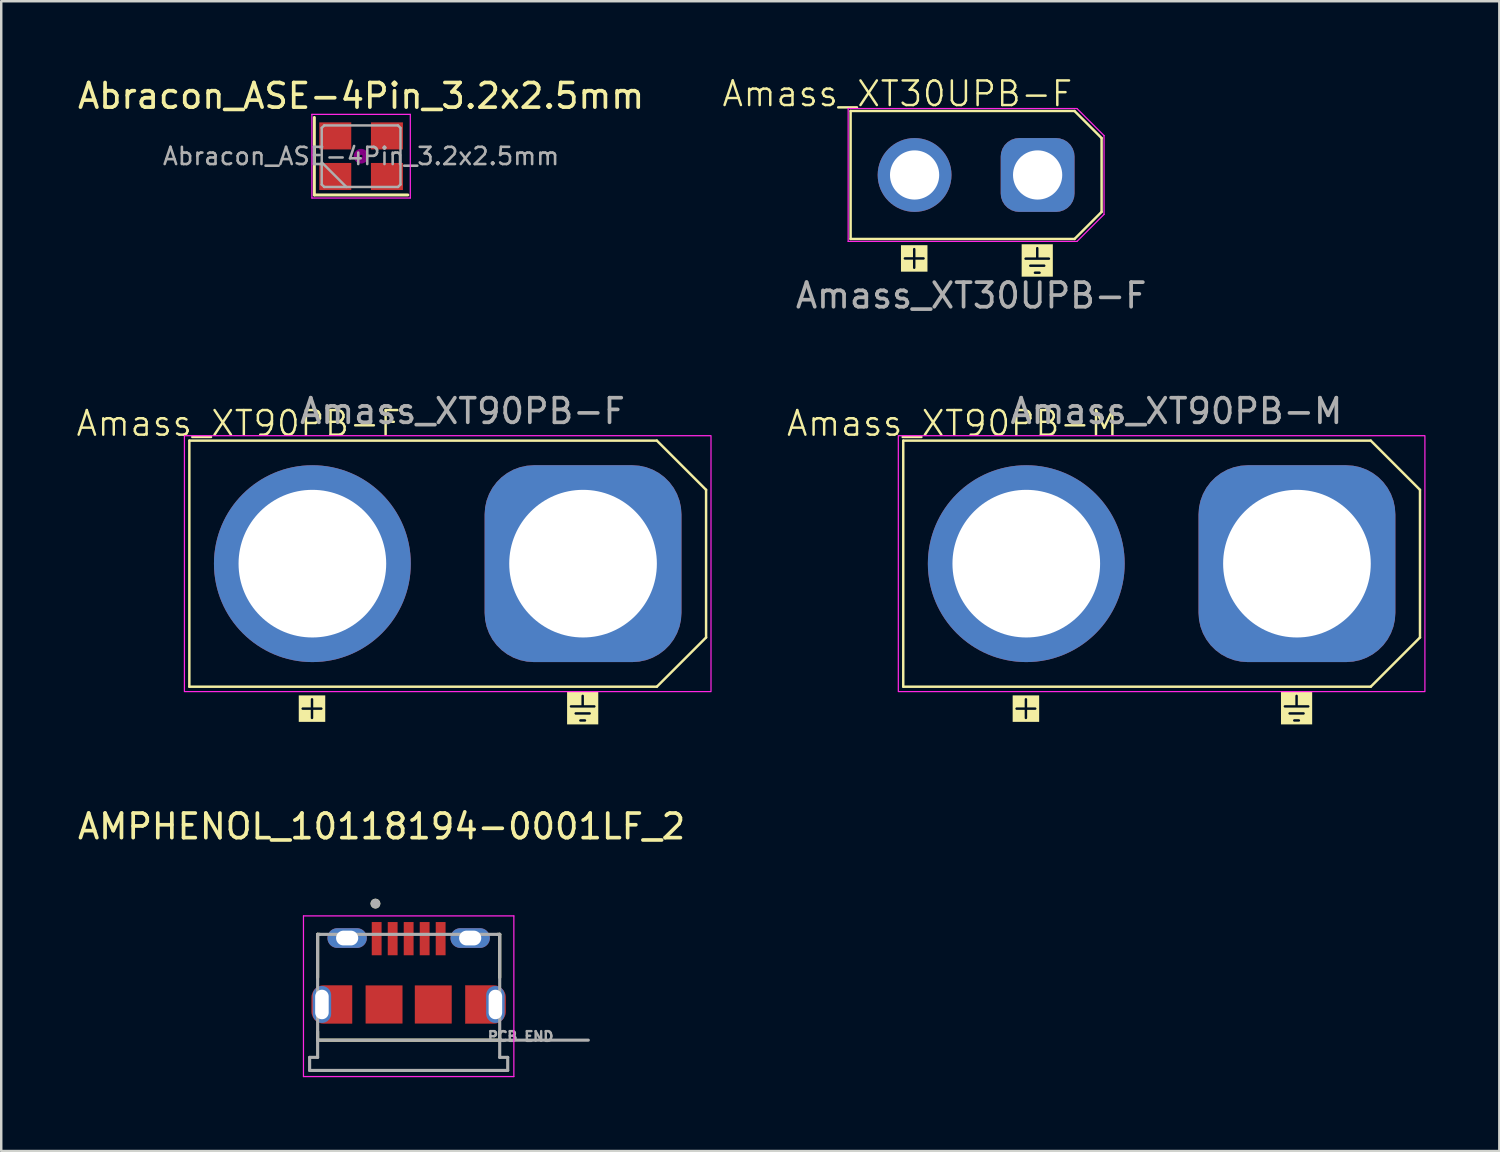
<source format=kicad_pcb>
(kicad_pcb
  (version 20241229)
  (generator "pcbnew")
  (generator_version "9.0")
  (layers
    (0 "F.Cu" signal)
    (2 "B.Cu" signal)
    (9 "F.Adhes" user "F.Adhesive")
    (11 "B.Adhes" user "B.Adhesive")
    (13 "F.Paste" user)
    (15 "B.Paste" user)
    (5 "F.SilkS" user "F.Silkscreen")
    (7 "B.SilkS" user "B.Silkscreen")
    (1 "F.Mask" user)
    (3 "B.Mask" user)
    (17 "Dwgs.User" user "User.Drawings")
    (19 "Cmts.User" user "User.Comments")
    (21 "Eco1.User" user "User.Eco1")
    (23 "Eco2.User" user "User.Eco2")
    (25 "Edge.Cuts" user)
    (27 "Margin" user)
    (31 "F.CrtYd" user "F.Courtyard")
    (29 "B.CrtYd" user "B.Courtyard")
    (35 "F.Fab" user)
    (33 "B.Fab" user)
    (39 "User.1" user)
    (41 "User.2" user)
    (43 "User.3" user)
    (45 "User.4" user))
  (footprint "Amass_XT90PB-F"
    (layer "F.Cu")
    (at 9.645 19.857)
    (property "Reference" "Amass_XT90PB-F" (at -3 -5.7 0) (unlocked yes) (layer "F.SilkS") (effects (font (size 1 1) (thickness 0.1))))
    (attr through_hole)
    (fp_line (start -5 -5) (end -5 5) (stroke (width 0.1) (type default)) (layer "F.SilkS"))
    (fp_line (start -5 -5) (end 14 -5) (stroke (width 0.1) (type default)) (layer "F.SilkS"))
    (fp_line (start -5 5) (end 14 5) (stroke (width 0.1) (type default)) (layer "F.SilkS"))
    (fp_line (start 16 -3) (end 14 -5) (stroke (width 0.1) (type default)) (layer "F.SilkS"))
    (fp_line (start 16 3) (end 14 5) (stroke (width 0.1) (type default)) (layer "F.SilkS"))
    (fp_line (start 16 3) (end 16 -3) (stroke (width 0.1) (type default)) (layer "F.SilkS"))
    (fp_rect (start -5.2 -5.2) (end 16.2 5.2) (stroke (width 0.05) (type default)) (fill no) (layer "F.CrtYd"))
    (fp_text user "+" (at -0.7 6.4 0) (unlocked yes) (layer "F.SilkS" knockout) (effects (font (size 1 1) (thickness 0.1)) (justify left bottom)))
    (fp_text user "⏚" (at 10.3 6.5 0) (unlocked yes) (layer "F.SilkS" knockout) (effects (font (size 1 1) (thickness 0.1)) (justify left bottom)))
    (fp_text user "${REFERENCE}" (at 6.1 -6.2 0) (unlocked yes) (layer "F.Fab") (effects (font (size 1 1) (thickness 0.15))))
    (pad "1" thru_hole roundrect (at 11 0) (size 8 8) (drill 6) (layers "*.Cu" "*.Mask") (roundrect_rratio 0.25))
    (pad "2" thru_hole circle (at 0 0) (size 8 8) (drill 6) (layers "*.Cu" "*.Mask")))
  (footprint "Amass_XT30UPB-F"
    (layer "F.Cu")
    (at 34.119 4.061)
    (property "Reference" "Amass_XT30UPB-F" (at -0.7 -3.3 0) (unlocked yes) (layer "F.SilkS") (effects (font (size 1 1) (thickness 0.1))))
    (attr through_hole)
    (fp_line (start -2.6 -2.6) (end -2.6 2.6) (stroke (width 0.1) (type default)) (layer "F.SilkS"))
    (fp_line (start -2.6 -2.6) (end 6.5 -2.6) (stroke (width 0.1) (type default)) (layer "F.SilkS"))
    (fp_line (start -2.6 2.6) (end 6.5 2.6) (stroke (width 0.1) (type default)) (layer "F.SilkS"))
    (fp_line (start 7.6 -1.5) (end 6.5 -2.6) (stroke (width 0.1) (type default)) (layer "F.SilkS"))
    (fp_line (start 7.6 1.5) (end 6.5 2.6) (stroke (width 0.1) (type default)) (layer "F.SilkS"))
    (fp_line (start 7.6 1.5) (end 7.6 -1.5) (stroke (width 0.1) (type default)) (layer "F.SilkS"))
    (fp_line (start -2.7 -2.7) (end -2.7 2.7) (stroke (width 0.05) (type default)) (layer "F.CrtYd"))
    (fp_line (start -2.7 2.7) (end 6.5 2.7) (stroke (width 0.05) (type default)) (layer "F.CrtYd"))
    (fp_line (start 6.5 2.7) (end 6.6 2.7) (stroke (width 0.05) (type default)) (layer "F.CrtYd"))
    (fp_line (start 6.6 -2.7) (end -2.7 -2.7) (stroke (width 0.05) (type default)) (layer "F.CrtYd"))
    (fp_line (start 6.6 2.7) (end 7.7 1.6) (stroke (width 0.05) (type default)) (layer "F.CrtYd"))
    (fp_line (start 7.7 -1.6) (end 6.6 -2.7) (stroke (width 0.05) (type default)) (layer "F.CrtYd"))
    (fp_line (start 7.7 1.6) (end 7.7 -1.6) (stroke (width 0.05) (type default)) (layer "F.CrtYd"))
    (fp_text user "+" (at -0.7 3.9 0) (unlocked yes) (layer "F.SilkS" knockout) (effects (font (size 1 1) (thickness 0.1)) (justify left bottom)))
    (fp_text user "⏚" (at 4.3 4.1 0) (unlocked yes) (layer "F.SilkS" knockout) (effects (font (size 1 1) (thickness 0.1)) (justify left bottom)))
    (fp_text user "${REFERENCE}" (at 2.3 4.9 0) (unlocked yes) (layer "F.Fab") (effects (font (size 1 1) (thickness 0.15))))
    (pad "1" thru_hole roundrect (at 5 0) (size 3 3) (drill 2) (layers "*.Cu" "*.Mask") (roundrect_rratio 0.25))
    (pad "2" thru_hole circle (at 0 0) (size 3 3) (drill 2) (layers "*.Cu" "*.Mask")))
  (footprint "AMPHENOL_10118194-0001LF_2"
    (layer "F.Cu")
    (at 13.558 37.772)
    (property "Reference" "AMPHENOL_10118194-0001LF_2" (at -1.1 -7.235 0) (layer "F.SilkS") (effects (font (size 1 1) (thickness 0.15))))
    (attr smd)
    (fp_poly (pts (xy -2.3 -0.775) (xy -2.3 0.775) (xy -3.445 0.775) (xy -3.471 0.774) (xy -3.497 0.772) (xy -3.523 0.769) (xy -3.549 0.764) (xy -3.574 0.758) (xy -3.6 0.751) (xy -3.624 0.742) (xy -3.648 0.732) (xy -3.672 0.721) (xy -3.695 0.708) (xy -3.717 0.694) (xy -3.739 0.68) (xy -3.76 0.664) (xy -3.78 0.647) (xy -3.799 0.629) (xy -3.817 0.61) (xy -3.834 0.59) (xy -3.85 0.569) (xy -3.864 0.547) (xy -3.878 0.525) (xy -3.891 0.502) (xy -3.902 0.478) (xy -3.912 0.454) (xy -3.921 0.43) (xy -3.928 0.404) (xy -3.934 0.379) (xy -3.939 0.353) (xy -3.942 0.327) (xy -3.944 0.301) (xy -3.945 0.275) (xy -3.945 -0.275) (xy -3.944 -0.301) (xy -3.942 -0.327) (xy -3.939 -0.353) (xy -3.934 -0.379) (xy -3.928 -0.404) (xy -3.921 -0.43) (xy -3.912 -0.454) (xy -3.902 -0.478) (xy -3.891 -0.502) (xy -3.878 -0.525) (xy -3.864 -0.547) (xy -3.85 -0.569) (xy -3.834 -0.59) (xy -3.817 -0.61) (xy -3.799 -0.629) (xy -3.78 -0.647) (xy -3.76 -0.664) (xy -3.739 -0.68) (xy -3.717 -0.694) (xy -3.695 -0.708) (xy -3.672 -0.721) (xy -3.648 -0.732) (xy -3.624 -0.742) (xy -3.6 -0.751) (xy -3.574 -0.758) (xy -3.549 -0.764) (xy -3.523 -0.769) (xy -3.497 -0.772) (xy -3.471 -0.774) (xy -3.445 -0.775) (xy -2.3 -0.775)) (stroke (width 0.01) (type solid)) (fill yes) (layer "F.Cu"))
    (fp_poly (pts (xy 2.3 -0.775) (xy 2.3 0.775) (xy 3.445 0.775) (xy 3.471 0.774) (xy 3.497 0.772) (xy 3.523 0.769) (xy 3.549 0.764) (xy 3.574 0.758) (xy 3.6 0.751) (xy 3.624 0.742) (xy 3.648 0.732) (xy 3.672 0.721) (xy 3.695 0.708) (xy 3.717 0.694) (xy 3.739 0.68) (xy 3.76 0.664) (xy 3.78 0.647) (xy 3.799 0.629) (xy 3.817 0.61) (xy 3.834 0.59) (xy 3.85 0.569) (xy 3.864 0.547) (xy 3.878 0.525) (xy 3.891 0.502) (xy 3.902 0.478) (xy 3.912 0.454) (xy 3.921 0.43) (xy 3.928 0.404) (xy 3.934 0.379) (xy 3.939 0.353) (xy 3.942 0.327) (xy 3.944 0.301) (xy 3.945 0.275) (xy 3.945 -0.275) (xy 3.944 -0.301) (xy 3.942 -0.327) (xy 3.939 -0.353) (xy 3.934 -0.379) (xy 3.928 -0.404) (xy 3.921 -0.43) (xy 3.912 -0.454) (xy 3.902 -0.478) (xy 3.891 -0.502) (xy 3.878 -0.525) (xy 3.864 -0.547) (xy 3.85 -0.569) (xy 3.834 -0.59) (xy 3.817 -0.61) (xy 3.799 -0.629) (xy 3.78 -0.647) (xy 3.76 -0.664) (xy 3.739 -0.68) (xy 3.717 -0.694) (xy 3.695 -0.708) (xy 3.672 -0.721) (xy 3.648 -0.732) (xy 3.624 -0.742) (xy 3.6 -0.751) (xy 3.574 -0.758) (xy 3.549 -0.764) (xy 3.523 -0.769) (xy 3.497 -0.772) (xy 3.471 -0.774) (xy 3.445 -0.775) (xy 2.3 -0.775)) (stroke (width 0.01) (type solid)) (fill yes) (layer "F.Cu"))
    (fp_poly (pts (xy -2.2 0.875) (xy -3.545 0.875) (xy -3.571 0.874) (xy -3.597 0.872) (xy -3.623 0.869) (xy -3.649 0.864) (xy -3.674 0.858) (xy -3.7 0.851) (xy -3.724 0.842) (xy -3.748 0.832) (xy -3.772 0.821) (xy -3.795 0.808) (xy -3.817 0.794) (xy -3.839 0.78) (xy -3.86 0.764) (xy -3.88 0.747) (xy -3.899 0.729) (xy -3.917 0.71) (xy -3.934 0.69) (xy -3.95 0.669) (xy -3.964 0.647) (xy -3.978 0.625) (xy -3.991 0.602) (xy -4.002 0.578) (xy -4.012 0.554) (xy -4.021 0.53) (xy -4.028 0.504) (xy -4.034 0.479) (xy -4.039 0.453) (xy -4.042 0.427) (xy -4.044 0.401) (xy -4.045 0.375) (xy -4.045 -0.375) (xy -4.044 -0.401) (xy -4.042 -0.427) (xy -4.039 -0.453) (xy -4.034 -0.479) (xy -4.028 -0.504) (xy -4.021 -0.53) (xy -4.012 -0.554) (xy -4.002 -0.578) (xy -3.991 -0.602) (xy -3.978 -0.625) (xy -3.964 -0.647) (xy -3.95 -0.669) (xy -3.934 -0.69) (xy -3.917 -0.71) (xy -3.899 -0.729) (xy -3.88 -0.747) (xy -3.86 -0.764) (xy -3.839 -0.78) (xy -3.817 -0.794) (xy -3.795 -0.808) (xy -3.772 -0.821) (xy -3.748 -0.832) (xy -3.724 -0.842) (xy -3.7 -0.851) (xy -3.674 -0.858) (xy -3.649 -0.864) (xy -3.623 -0.869) (xy -3.597 -0.872) (xy -3.571 -0.874) (xy -3.545 -0.875) (xy -2.2 -0.875) (xy -2.2 0.875)) (stroke (width 0.01) (type solid)) (fill yes) (layer "F.Mask"))
    (fp_poly (pts (xy 2.2 -0.875) (xy 3.545 -0.875) (xy 3.571 -0.874) (xy 3.597 -0.872) (xy 3.623 -0.869) (xy 3.649 -0.864) (xy 3.674 -0.858) (xy 3.7 -0.851) (xy 3.724 -0.842) (xy 3.748 -0.832) (xy 3.772 -0.821) (xy 3.795 -0.808) (xy 3.817 -0.794) (xy 3.839 -0.78) (xy 3.86 -0.764) (xy 3.88 -0.747) (xy 3.899 -0.729) (xy 3.917 -0.71) (xy 3.934 -0.69) (xy 3.95 -0.669) (xy 3.964 -0.647) (xy 3.978 -0.625) (xy 3.991 -0.602) (xy 4.002 -0.578) (xy 4.012 -0.554) (xy 4.021 -0.53) (xy 4.028 -0.504) (xy 4.034 -0.479) (xy 4.039 -0.453) (xy 4.042 -0.427) (xy 4.044 -0.401) (xy 4.045 -0.375) (xy 4.045 0.375) (xy 4.044 0.401) (xy 4.042 0.427) (xy 4.039 0.453) (xy 4.034 0.479) (xy 4.028 0.504) (xy 4.021 0.53) (xy 4.012 0.554) (xy 4.002 0.578) (xy 3.991 0.602) (xy 3.978 0.625) (xy 3.964 0.647) (xy 3.95 0.669) (xy 3.934 0.69) (xy 3.917 0.71) (xy 3.899 0.729) (xy 3.88 0.747) (xy 3.86 0.764) (xy 3.839 0.78) (xy 3.817 0.794) (xy 3.795 0.808) (xy 3.772 0.821) (xy 3.748 0.832) (xy 3.724 0.842) (xy 3.7 0.851) (xy 3.674 0.858) (xy 3.649 0.864) (xy 3.623 0.869) (xy 3.597 0.872) (xy 3.571 0.874) (xy 3.545 0.875) (xy 2.2 0.875) (xy 2.2 -0.875)) (stroke (width 0.01) (type solid)) (fill yes) (layer "F.Mask"))
    (fp_line (start -3.7 -2.85) (end -3.7 -1.095) (stroke (width 0.127) (type solid)) (layer "F.SilkS"))
    (fp_line (start -3.7 -2.85) (end -3.62 -2.85) (stroke (width 0.127) (type solid)) (layer "F.SilkS"))
    (fp_line (start -3.7 1.45) (end -3.7 1.095) (stroke (width 0.127) (type solid)) (layer "F.SilkS"))
    (fp_line (start -3.7 1.45) (end 3.7 1.45) (stroke (width 0.127) (type solid)) (layer "F.SilkS"))
    (fp_line (start 3.62 -2.85) (end 3.7 -2.85) (stroke (width 0.127) (type solid)) (layer "F.SilkS"))
    (fp_line (start 3.7 -1.095) (end 3.7 -2.85) (stroke (width 0.127) (type solid)) (layer "F.SilkS"))
    (fp_line (start 3.7 1.45) (end 3.7 1.095) (stroke (width 0.127) (type solid)) (layer "F.SilkS"))
    (fp_circle (center -1.35 -4.1) (end -1.25 -4.1) (stroke (width 0.2) (type solid)) (fill no) (layer "F.SilkS"))
    (fp_poly (pts (xy -2.3 -0.775) (xy -2.3 0.775) (xy -3.445 0.775) (xy -3.471 0.774) (xy -3.497 0.772) (xy -3.523 0.769) (xy -3.549 0.764) (xy -3.574 0.758) (xy -3.6 0.751) (xy -3.624 0.742) (xy -3.648 0.732) (xy -3.672 0.721) (xy -3.695 0.708) (xy -3.717 0.694) (xy -3.739 0.68) (xy -3.76 0.664) (xy -3.78 0.647) (xy -3.799 0.629) (xy -3.817 0.61) (xy -3.834 0.59) (xy -3.85 0.569) (xy -3.864 0.547) (xy -3.878 0.525) (xy -3.891 0.502) (xy -3.902 0.478) (xy -3.912 0.454) (xy -3.921 0.43) (xy -3.928 0.404) (xy -3.934 0.379) (xy -3.939 0.353) (xy -3.942 0.327) (xy -3.944 0.301) (xy -3.945 0.275) (xy -3.945 -0.275) (xy -3.944 -0.301) (xy -3.942 -0.327) (xy -3.939 -0.353) (xy -3.934 -0.379) (xy -3.928 -0.404) (xy -3.921 -0.43) (xy -3.912 -0.454) (xy -3.902 -0.478) (xy -3.891 -0.502) (xy -3.878 -0.525) (xy -3.864 -0.547) (xy -3.85 -0.569) (xy -3.834 -0.59) (xy -3.817 -0.61) (xy -3.799 -0.629) (xy -3.78 -0.647) (xy -3.76 -0.664) (xy -3.739 -0.68) (xy -3.717 -0.694) (xy -3.695 -0.708) (xy -3.672 -0.721) (xy -3.648 -0.732) (xy -3.624 -0.742) (xy -3.6 -0.751) (xy -3.574 -0.758) (xy -3.549 -0.764) (xy -3.523 -0.769) (xy -3.497 -0.772) (xy -3.471 -0.774) (xy -3.445 -0.775) (xy -2.3 -0.775)) (stroke (width 0.01) (type solid)) (fill yes) (layer "F.Paste"))
    (fp_poly (pts (xy 2.3 -0.775) (xy 2.3 0.775) (xy 3.445 0.775) (xy 3.471 0.774) (xy 3.497 0.772) (xy 3.523 0.769) (xy 3.549 0.764) (xy 3.574 0.758) (xy 3.6 0.751) (xy 3.624 0.742) (xy 3.648 0.732) (xy 3.672 0.721) (xy 3.695 0.708) (xy 3.717 0.694) (xy 3.739 0.68) (xy 3.76 0.664) (xy 3.78 0.647) (xy 3.799 0.629) (xy 3.817 0.61) (xy 3.834 0.59) (xy 3.85 0.569) (xy 3.864 0.547) (xy 3.878 0.525) (xy 3.891 0.502) (xy 3.902 0.478) (xy 3.912 0.454) (xy 3.921 0.43) (xy 3.928 0.404) (xy 3.934 0.379) (xy 3.939 0.353) (xy 3.942 0.327) (xy 3.944 0.301) (xy 3.945 0.275) (xy 3.945 -0.275) (xy 3.944 -0.301) (xy 3.942 -0.327) (xy 3.939 -0.353) (xy 3.934 -0.379) (xy 3.928 -0.404) (xy 3.921 -0.43) (xy 3.912 -0.454) (xy 3.902 -0.478) (xy 3.891 -0.502) (xy 3.878 -0.525) (xy 3.864 -0.547) (xy 3.85 -0.569) (xy 3.834 -0.59) (xy 3.817 -0.61) (xy 3.799 -0.629) (xy 3.78 -0.647) (xy 3.76 -0.664) (xy 3.739 -0.68) (xy 3.717 -0.694) (xy 3.695 -0.708) (xy 3.672 -0.721) (xy 3.648 -0.732) (xy 3.624 -0.742) (xy 3.6 -0.751) (xy 3.574 -0.758) (xy 3.549 -0.764) (xy 3.523 -0.769) (xy 3.497 -0.772) (xy 3.471 -0.774) (xy 3.445 -0.775) (xy 2.3 -0.775)) (stroke (width 0.01) (type solid)) (fill yes) (layer "F.Paste"))
    (fp_line (start -4.275 -3.6) (end -4.275 2.93) (stroke (width 0.05) (type solid)) (layer "F.CrtYd"))
    (fp_line (start -4.275 2.93) (end 4.275 2.93) (stroke (width 0.05) (type solid)) (layer "F.CrtYd"))
    (fp_line (start 4.275 -3.6) (end -4.275 -3.6) (stroke (width 0.05) (type solid)) (layer "F.CrtYd"))
    (fp_line (start 4.275 2.93) (end 4.275 -3.6) (stroke (width 0.05) (type solid)) (layer "F.CrtYd"))
    (fp_line (start -4.025 2.15) (end -4.025 2.68) (stroke (width 0.127) (type solid)) (layer "F.Fab"))
    (fp_line (start -4.025 2.68) (end 4.025 2.68) (stroke (width 0.127) (type solid)) (layer "F.Fab"))
    (fp_line (start -3.7 -2.85) (end -3.7 1.45) (stroke (width 0.127) (type solid)) (layer "F.Fab"))
    (fp_line (start -3.7 -2.85) (end 3.7 -2.85) (stroke (width 0.127) (type solid)) (layer "F.Fab"))
    (fp_line (start -3.7 1.45) (end -3.7 2.15) (stroke (width 0.127) (type solid)) (layer "F.Fab"))
    (fp_line (start -3.7 1.45) (end 3.7 1.45) (stroke (width 0.127) (type solid)) (layer "F.Fab"))
    (fp_line (start -3.7 2.15) (end -4.025 2.15) (stroke (width 0.127) (type solid)) (layer "F.Fab"))
    (fp_line (start 3.7 1.45) (end 3.7 -2.85) (stroke (width 0.127) (type solid)) (layer "F.Fab"))
    (fp_line (start 3.7 1.45) (end 7.3 1.45) (stroke (width 0.127) (type solid)) (layer "F.Fab"))
    (fp_line (start 3.7 2.15) (end 3.7 1.45) (stroke (width 0.127) (type solid)) (layer "F.Fab"))
    (fp_line (start 4.025 2.15) (end 3.7 2.15) (stroke (width 0.127) (type solid)) (layer "F.Fab"))
    (fp_line (start 4.025 2.68) (end 4.025 2.15) (stroke (width 0.127) (type solid)) (layer "F.Fab"))
    (fp_circle (center -1.35 -4.1) (end -1.25 -4.1) (stroke (width 0.2) (type solid)) (fill no) (layer "F.Fab"))
    (fp_text user "PCB END" (at 4.55 1.3 0) (layer "F.Fab") (effects (font (size 0.394 0.394) (thickness 0.15))))
    (pad "1" smd rect (at -1.3 -2.675) (size 0.4 1.35) (layers "F.Cu" "F.Mask" "F.Paste"))
    (pad "2" smd rect (at -0.65 -2.675) (size 0.4 1.35) (layers "F.Cu" "F.Mask" "F.Paste"))
    (pad "3" smd rect (at 0 -2.675) (size 0.4 1.35) (layers "F.Cu" "F.Mask" "F.Paste"))
    (pad "4" smd rect (at 0.65 -2.675) (size 0.4 1.35) (layers "F.Cu" "F.Mask" "F.Paste"))
    (pad "5" smd rect (at 1.3 -2.675) (size 0.4 1.35) (layers "F.Cu" "F.Mask" "F.Paste"))
    (pad "S1" thru_hole oval (at -2.5 -2.7) (size 1.6 0.8) (drill oval 0.9 0.6) (layers "*.Cu" "*.Mask"))
    (pad "S2" thru_hole oval (at 2.5 -2.7) (size 1.6 0.8) (drill oval 0.9 0.6) (layers "*.Cu" "*.Mask"))
    (pad "S3" thru_hole oval (at -3.525 0) (size 0.75 1.5) (drill oval 0.55 1.2) (layers "*.Cu" "*.Mask"))
    (pad "S4" smd rect (at -1 0) (size 1.5 1.55) (layers "F.Cu" "F.Mask" "F.Paste"))
    (pad "S5" smd rect (at 1 0) (size 1.5 1.55) (layers "F.Cu" "F.Mask" "F.Paste"))
    (pad "S6" thru_hole oval (at 3.525 0) (size 0.75 1.5) (drill oval 0.55 1.2) (layers "*.Cu" "*.Mask")))
  (footprint "Amass_XT90PB-M"
    (layer "F.Cu")
    (at 38.658 19.857)
    (property "Reference" "Amass_XT90PB-M" (at -3 -5.7 0) (unlocked yes) (layer "F.SilkS") (effects (font (size 1 1) (thickness 0.1))))
    (attr through_hole)
    (fp_line (start -5 -5) (end -5 5) (stroke (width 0.1) (type default)) (layer "F.SilkS"))
    (fp_line (start -5 -5) (end 14 -5) (stroke (width 0.1) (type default)) (layer "F.SilkS"))
    (fp_line (start -5 5) (end 14 5) (stroke (width 0.1) (type default)) (layer "F.SilkS"))
    (fp_line (start 16 -3) (end 14 -5) (stroke (width 0.1) (type default)) (layer "F.SilkS"))
    (fp_line (start 16 3) (end 14 5) (stroke (width 0.1) (type default)) (layer "F.SilkS"))
    (fp_line (start 16 3) (end 16 -3) (stroke (width 0.1) (type default)) (layer "F.SilkS"))
    (fp_rect (start -5.2 -5.2) (end 16.2 5.2) (stroke (width 0.05) (type default)) (fill no) (layer "F.CrtYd"))
    (fp_text user "+" (at -0.7 6.4 0) (unlocked yes) (layer "F.SilkS" knockout) (effects (font (size 1 1) (thickness 0.1)) (justify left bottom)))
    (fp_text user "⏚" (at 10.3 6.5 0) (unlocked yes) (layer "F.SilkS" knockout) (effects (font (size 1 1) (thickness 0.1)) (justify left bottom)))
    (fp_text user "${REFERENCE}" (at 6.1 -6.2 0) (unlocked yes) (layer "F.Fab") (effects (font (size 1 1) (thickness 0.15))))
    (pad "1" thru_hole roundrect (at 11 0) (size 8 8) (drill 6) (layers "*.Cu" "*.Mask") (roundrect_rratio 0.25))
    (pad "2" thru_hole circle (at 0 0) (size 8 8) (drill 6) (layers "*.Cu" "*.Mask")))
  (footprint "Abracon_ASE-4Pin_3.2x2.5mm"
    (layer "F.Cu")
    (at 11.625 3.298)
    (property "Reference" "Abracon_ASE-4Pin_3.2x2.5mm" (at 0 -2.45 0) (layer "F.SilkS") (effects (font (size 1 1) (thickness 0.15))))
    (attr smd)
    (fp_line (start -1.9 -1.575) (end -1.9 1.575) (stroke (width 0.12) (type solid)) (layer "F.SilkS"))
    (fp_line (start -1.9 1.575) (end 1.9 1.575) (stroke (width 0.12) (type solid)) (layer "F.SilkS"))
    (fp_circle (center 0 0) (end 0.058 0) (stroke (width 0.117) (type solid)) (fill no) (layer "F.Adhes"))
    (fp_circle (center 0 0) (end 0.133 0) (stroke (width 0.083) (type solid)) (fill no) (layer "F.Adhes"))
    (fp_circle (center 0 0) (end 0.208 0) (stroke (width 0.083) (type solid)) (fill no) (layer "F.Adhes"))
    (fp_circle (center 0 0) (end 0.25 0) (stroke (width 0.1) (type solid)) (fill no) (layer "F.Adhes"))
    (fp_line (start -2 -1.7) (end -2 1.7) (stroke (width 0.05) (type solid)) (layer "F.CrtYd"))
    (fp_line (start -2 1.7) (end 2 1.7) (stroke (width 0.05) (type solid)) (layer "F.CrtYd"))
    (fp_line (start 2 -1.7) (end -2 -1.7) (stroke (width 0.05) (type solid)) (layer "F.CrtYd"))
    (fp_line (start 2 1.7) (end 2 -1.7) (stroke (width 0.05) (type solid)) (layer "F.CrtYd"))
    (fp_line (start -1.6 -1.15) (end -1.5 -1.25) (stroke (width 0.1) (type solid)) (layer "F.Fab"))
    (fp_line (start -1.6 0.25) (end -0.6 1.25) (stroke (width 0.1) (type solid)) (layer "F.Fab"))
    (fp_line (start -1.6 1.15) (end -1.6 -1.15) (stroke (width 0.1) (type solid)) (layer "F.Fab"))
    (fp_line (start -1.5 -1.25) (end 1.5 -1.25) (stroke (width 0.1) (type solid)) (layer "F.Fab"))
    (fp_line (start -1.5 1.25) (end -1.6 1.15) (stroke (width 0.1) (type solid)) (layer "F.Fab"))
    (fp_line (start 1.5 -1.25) (end 1.6 -1.15) (stroke (width 0.1) (type solid)) (layer "F.Fab"))
    (fp_line (start 1.5 1.25) (end -1.5 1.25) (stroke (width 0.1) (type solid)) (layer "F.Fab"))
    (fp_line (start 1.6 -1.15) (end 1.6 1.15) (stroke (width 0.1) (type solid)) (layer "F.Fab"))
    (fp_line (start 1.6 1.15) (end 1.5 1.25) (stroke (width 0.1) (type solid)) (layer "F.Fab"))
    (fp_text user "${REFERENCE}" (at 0 0 0) (layer "F.Fab") (effects (font (size 0.7 0.7) (thickness 0.105))))
    (pad "1" smd rect (at -1.05 0.825) (size 1.3 1.1) (layers "F.Cu" "F.Mask" "F.Paste"))
    (pad "2" smd rect (at 1.05 0.825) (size 1.3 1.1) (layers "F.Cu" "F.Mask" "F.Paste"))
    (pad "3" smd rect (at 1.05 -0.825) (size 1.3 1.1) (layers "F.Cu" "F.Mask" "F.Paste"))
    (pad "4" smd rect (at -1.05 -0.825) (size 1.3 1.1) (layers "F.Cu" "F.Mask" "F.Paste")))
  (gr_rect
    (start -3 -3)
    (end 57.883 43.727)
    (stroke (width 0.1) (type default))
    (fill no)
    (layer "Edge.Cuts")))
</source>
